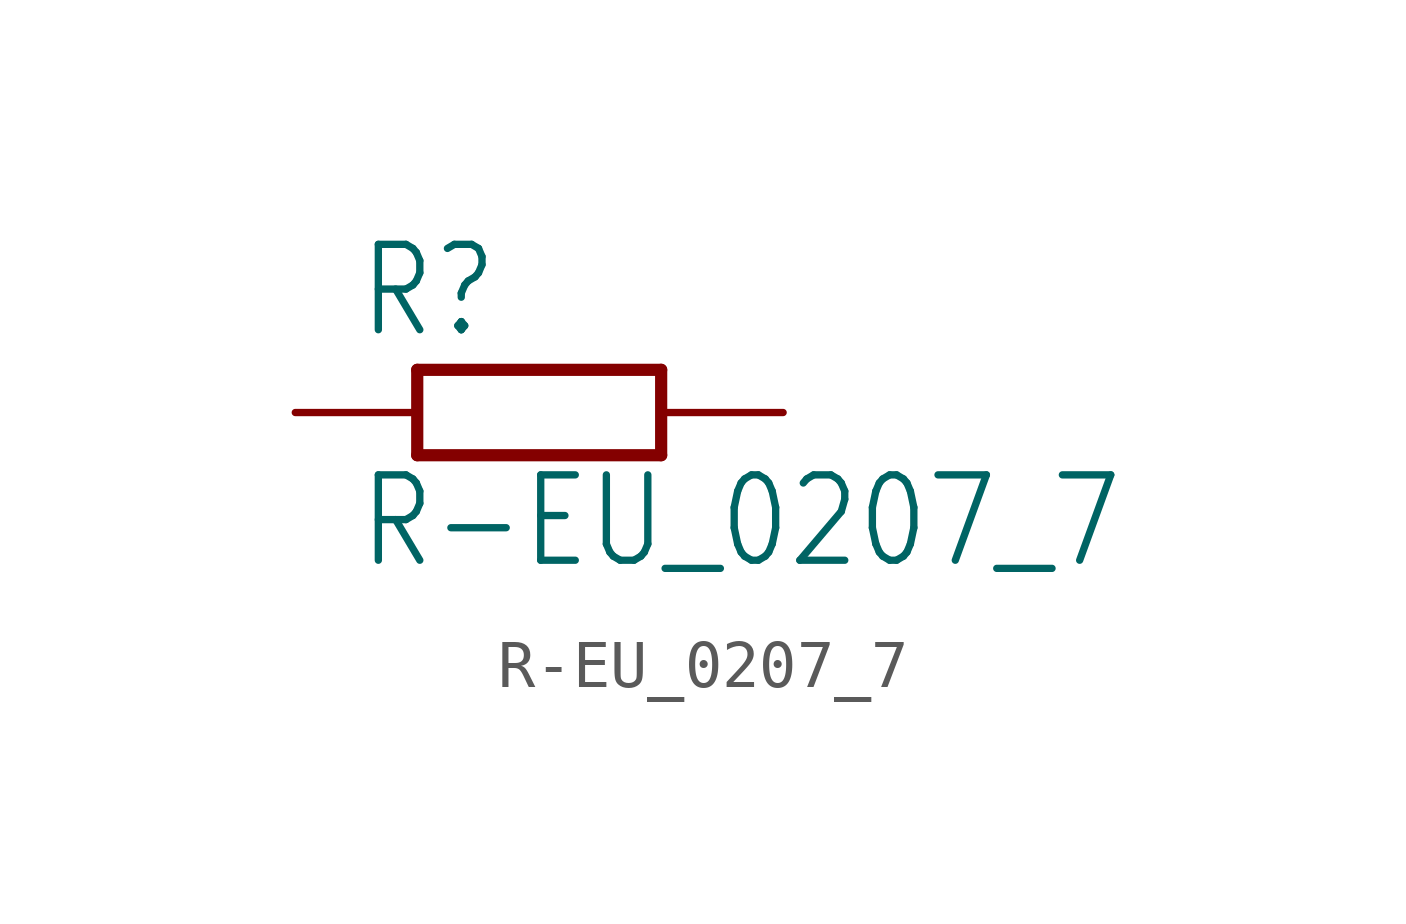
<source format=kicad_sym>
(kicad_symbol_lib
  (version 20201005)
  (generator kicad_symbol_editor)
  (symbol "R-EU_0207_7"
    (property "Reference" "R"
      (at -3.81 1.499 0)
      (effects (font (size 1.778 1.511)) (justify left bottom)))
    (property "Value" "R-EU_0207_7"
      (at -3.81 -3.302 0)
      (effects (font (size 1.778 1.511)) (justify left bottom)))
    (property "ki_locked" ""
      (at 0 0 0)
      (effects (font (size 1.27 1.27))))
    (symbol "R-EU_0207_7_1_0"
      (polyline (pts (xy -2.54 -0.889) (xy 2.54 -0.889)) (stroke (width 0.254)) (fill (type none)))
      (polyline (pts (xy 2.54 0.889) (xy -2.54 0.889)) (stroke (width 0.254)) (fill (type none)))
      (polyline (pts (xy 2.54 -0.889) (xy 2.54 0.889)) (stroke (width 0.254)) (fill (type none)))
      (polyline (pts (xy -2.54 -0.889) (xy -2.54 0.889)) (stroke (width 0.254)) (fill (type none)))
      (pin passive line (at 5.08 0 180) (length 2.54) (name "2" (effects (font (size 0 0)))) (number "2" (effects (font (size 0 0)))))
      (pin passive line (at -5.08 0 0) (length 2.54) (name "1" (effects (font (size 0 0)))) (number "1" (effects (font (size 0 0))))))))
</source>
